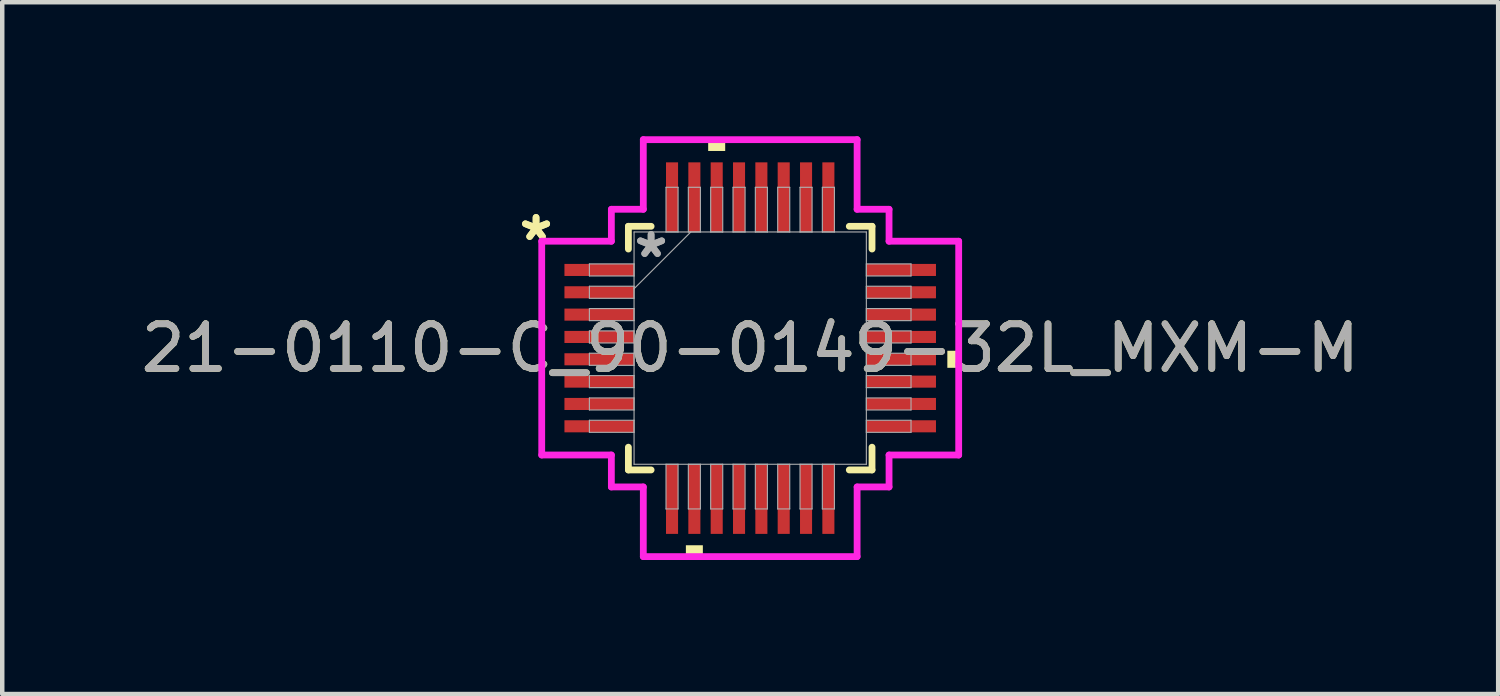
<source format=kicad_pcb>
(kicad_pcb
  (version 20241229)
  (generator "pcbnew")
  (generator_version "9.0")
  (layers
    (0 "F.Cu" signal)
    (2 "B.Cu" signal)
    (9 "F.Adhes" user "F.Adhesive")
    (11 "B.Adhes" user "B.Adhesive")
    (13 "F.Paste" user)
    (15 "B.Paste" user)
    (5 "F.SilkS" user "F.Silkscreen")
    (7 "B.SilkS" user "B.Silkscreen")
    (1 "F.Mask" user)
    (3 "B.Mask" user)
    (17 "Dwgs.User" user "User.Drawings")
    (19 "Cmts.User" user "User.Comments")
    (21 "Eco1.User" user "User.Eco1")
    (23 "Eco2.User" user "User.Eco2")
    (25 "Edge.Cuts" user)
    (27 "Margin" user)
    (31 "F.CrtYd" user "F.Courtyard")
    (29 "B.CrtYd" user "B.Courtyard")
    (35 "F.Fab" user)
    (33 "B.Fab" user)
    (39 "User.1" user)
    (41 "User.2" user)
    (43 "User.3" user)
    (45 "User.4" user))
  (footprint "21-0110-C_90-0149-32L_MXM-M"
    (layer "F.Cu")
    (at 13.744 4.743)
    (property "Reference" "21-0110-C_90-0149-32L_MXM-M" (at 0 0 0) (unlocked yes) (layer "F.SilkS") (effects (font (size 1 1) (thickness 0.15))))
    (attr smd)
    (fp_line (start -2.727 -2.727) (end -2.727 -2.218) (stroke (width 0.152) (type solid)) (layer "F.SilkS"))
    (fp_line (start -2.727 2.218) (end -2.727 2.727) (stroke (width 0.152) (type solid)) (layer "F.SilkS"))
    (fp_line (start -2.727 2.727) (end -2.218 2.727) (stroke (width 0.152) (type solid)) (layer "F.SilkS"))
    (fp_line (start -2.218 -2.727) (end -2.727 -2.727) (stroke (width 0.152) (type solid)) (layer "F.SilkS"))
    (fp_line (start 2.218 2.727) (end 2.727 2.727) (stroke (width 0.152) (type solid)) (layer "F.SilkS"))
    (fp_line (start 2.727 -2.727) (end 2.218 -2.727) (stroke (width 0.152) (type solid)) (layer "F.SilkS"))
    (fp_line (start 2.727 -2.218) (end 2.727 -2.727) (stroke (width 0.152) (type solid)) (layer "F.SilkS"))
    (fp_line (start 2.727 2.727) (end 2.727 2.218) (stroke (width 0.152) (type solid)) (layer "F.SilkS"))
    (fp_poly (pts (xy -1.44 4.413) (xy -1.44 4.667) (xy -1.06 4.667) (xy -1.06 4.413)) (stroke (width 0) (type solid)) (fill yes) (layer "F.SilkS"))
    (fp_poly (pts (xy -0.941 -4.413) (xy -0.941 -4.667) (xy -0.56 -4.667) (xy -0.56 -4.413)) (stroke (width 0) (type solid)) (fill yes) (layer "F.SilkS"))
    (fp_poly (pts (xy 4.667 0.059) (xy 4.667 0.441) (xy 4.413 0.441) (xy 4.413 0.059)) (stroke (width 0) (type solid)) (fill yes) (layer "F.SilkS"))
    (fp_line (start -4.667 -2.393) (end -3.108 -2.393) (stroke (width 0.152) (type solid)) (layer "F.CrtYd"))
    (fp_line (start -4.667 2.393) (end -4.667 -2.393) (stroke (width 0.152) (type solid)) (layer "F.CrtYd"))
    (fp_line (start -3.108 -3.108) (end -2.393 -3.108) (stroke (width 0.152) (type solid)) (layer "F.CrtYd"))
    (fp_line (start -3.108 -2.393) (end -3.108 -3.108) (stroke (width 0.152) (type solid)) (layer "F.CrtYd"))
    (fp_line (start -3.108 2.393) (end -4.667 2.393) (stroke (width 0.152) (type solid)) (layer "F.CrtYd"))
    (fp_line (start -3.108 3.108) (end -3.108 2.393) (stroke (width 0.152) (type solid)) (layer "F.CrtYd"))
    (fp_line (start -3.108 3.108) (end -2.393 3.108) (stroke (width 0.152) (type solid)) (layer "F.CrtYd"))
    (fp_line (start -2.393 -4.667) (end 2.393 -4.667) (stroke (width 0.152) (type solid)) (layer "F.CrtYd"))
    (fp_line (start -2.393 -3.108) (end -2.393 -4.667) (stroke (width 0.152) (type solid)) (layer "F.CrtYd"))
    (fp_line (start -2.393 3.108) (end -2.393 4.667) (stroke (width 0.152) (type solid)) (layer "F.CrtYd"))
    (fp_line (start -2.393 4.667) (end 2.393 4.667) (stroke (width 0.152) (type solid)) (layer "F.CrtYd"))
    (fp_line (start 2.393 -4.667) (end 2.393 -3.108) (stroke (width 0.152) (type solid)) (layer "F.CrtYd"))
    (fp_line (start 2.393 -3.108) (end 3.108 -3.108) (stroke (width 0.152) (type solid)) (layer "F.CrtYd"))
    (fp_line (start 2.393 3.108) (end 3.108 3.108) (stroke (width 0.152) (type solid)) (layer "F.CrtYd"))
    (fp_line (start 2.393 4.667) (end 2.393 3.108) (stroke (width 0.152) (type solid)) (layer "F.CrtYd"))
    (fp_line (start 3.108 -2.393) (end 3.108 -3.108) (stroke (width 0.152) (type solid)) (layer "F.CrtYd"))
    (fp_line (start 3.108 2.393) (end 4.667 2.393) (stroke (width 0.152) (type solid)) (layer "F.CrtYd"))
    (fp_line (start 3.108 3.108) (end 3.108 2.393) (stroke (width 0.152) (type solid)) (layer "F.CrtYd"))
    (fp_line (start 4.667 -2.393) (end 3.108 -2.393) (stroke (width 0.152) (type solid)) (layer "F.CrtYd"))
    (fp_line (start 4.667 2.393) (end 4.667 -2.393) (stroke (width 0.152) (type solid)) (layer "F.CrtYd"))
    (fp_line (start -3.6 -1.885) (end -3.6 -1.615) (stroke (width 0.025) (type solid)) (layer "F.Fab"))
    (fp_line (start -3.6 -1.615) (end -2.6 -1.615) (stroke (width 0.025) (type solid)) (layer "F.Fab"))
    (fp_line (start -3.6 -1.385) (end -3.6 -1.115) (stroke (width 0.025) (type solid)) (layer "F.Fab"))
    (fp_line (start -3.6 -1.115) (end -2.6 -1.115) (stroke (width 0.025) (type solid)) (layer "F.Fab"))
    (fp_line (start -3.6 -0.885) (end -3.6 -0.615) (stroke (width 0.025) (type solid)) (layer "F.Fab"))
    (fp_line (start -3.6 -0.615) (end -2.6 -0.615) (stroke (width 0.025) (type solid)) (layer "F.Fab"))
    (fp_line (start -3.6 -0.385) (end -3.6 -0.115) (stroke (width 0.025) (type solid)) (layer "F.Fab"))
    (fp_line (start -3.6 -0.115) (end -2.6 -0.115) (stroke (width 0.025) (type solid)) (layer "F.Fab"))
    (fp_line (start -3.6 0.115) (end -3.6 0.385) (stroke (width 0.025) (type solid)) (layer "F.Fab"))
    (fp_line (start -3.6 0.385) (end -2.6 0.385) (stroke (width 0.025) (type solid)) (layer "F.Fab"))
    (fp_line (start -3.6 0.615) (end -3.6 0.885) (stroke (width 0.025) (type solid)) (layer "F.Fab"))
    (fp_line (start -3.6 0.885) (end -2.6 0.885) (stroke (width 0.025) (type solid)) (layer "F.Fab"))
    (fp_line (start -3.6 1.115) (end -3.6 1.385) (stroke (width 0.025) (type solid)) (layer "F.Fab"))
    (fp_line (start -3.6 1.385) (end -2.6 1.385) (stroke (width 0.025) (type solid)) (layer "F.Fab"))
    (fp_line (start -3.6 1.615) (end -3.6 1.885) (stroke (width 0.025) (type solid)) (layer "F.Fab"))
    (fp_line (start -3.6 1.885) (end -2.6 1.885) (stroke (width 0.025) (type solid)) (layer "F.Fab"))
    (fp_line (start -2.6 -2.6) (end -2.6 2.6) (stroke (width 0.025) (type solid)) (layer "F.Fab"))
    (fp_line (start -2.6 -1.885) (end -3.6 -1.885) (stroke (width 0.025) (type solid)) (layer "F.Fab"))
    (fp_line (start -2.6 -1.615) (end -2.6 -1.885) (stroke (width 0.025) (type solid)) (layer "F.Fab"))
    (fp_line (start -2.6 -1.385) (end -3.6 -1.385) (stroke (width 0.025) (type solid)) (layer "F.Fab"))
    (fp_line (start -2.6 -1.33) (end -1.33 -2.6) (stroke (width 0.025) (type solid)) (layer "F.Fab"))
    (fp_line (start -2.6 -1.115) (end -2.6 -1.385) (stroke (width 0.025) (type solid)) (layer "F.Fab"))
    (fp_line (start -2.6 -0.885) (end -3.6 -0.885) (stroke (width 0.025) (type solid)) (layer "F.Fab"))
    (fp_line (start -2.6 -0.615) (end -2.6 -0.885) (stroke (width 0.025) (type solid)) (layer "F.Fab"))
    (fp_line (start -2.6 -0.385) (end -3.6 -0.385) (stroke (width 0.025) (type solid)) (layer "F.Fab"))
    (fp_line (start -2.6 -0.115) (end -2.6 -0.385) (stroke (width 0.025) (type solid)) (layer "F.Fab"))
    (fp_line (start -2.6 0.115) (end -3.6 0.115) (stroke (width 0.025) (type solid)) (layer "F.Fab"))
    (fp_line (start -2.6 0.385) (end -2.6 0.115) (stroke (width 0.025) (type solid)) (layer "F.Fab"))
    (fp_line (start -2.6 0.615) (end -3.6 0.615) (stroke (width 0.025) (type solid)) (layer "F.Fab"))
    (fp_line (start -2.6 0.885) (end -2.6 0.615) (stroke (width 0.025) (type solid)) (layer "F.Fab"))
    (fp_line (start -2.6 1.115) (end -3.6 1.115) (stroke (width 0.025) (type solid)) (layer "F.Fab"))
    (fp_line (start -2.6 1.385) (end -2.6 1.115) (stroke (width 0.025) (type solid)) (layer "F.Fab"))
    (fp_line (start -2.6 1.615) (end -3.6 1.615) (stroke (width 0.025) (type solid)) (layer "F.Fab"))
    (fp_line (start -2.6 1.885) (end -2.6 1.615) (stroke (width 0.025) (type solid)) (layer "F.Fab"))
    (fp_line (start -2.6 2.6) (end 2.6 2.6) (stroke (width 0.025) (type solid)) (layer "F.Fab"))
    (fp_line (start -1.885 -3.6) (end -1.885 -2.6) (stroke (width 0.025) (type solid)) (layer "F.Fab"))
    (fp_line (start -1.885 -2.6) (end -1.615 -2.6) (stroke (width 0.025) (type solid)) (layer "F.Fab"))
    (fp_line (start -1.885 2.6) (end -1.885 3.6) (stroke (width 0.025) (type solid)) (layer "F.Fab"))
    (fp_line (start -1.885 3.6) (end -1.615 3.6) (stroke (width 0.025) (type solid)) (layer "F.Fab"))
    (fp_line (start -1.615 -3.6) (end -1.885 -3.6) (stroke (width 0.025) (type solid)) (layer "F.Fab"))
    (fp_line (start -1.615 -2.6) (end -1.615 -3.6) (stroke (width 0.025) (type solid)) (layer "F.Fab"))
    (fp_line (start -1.615 2.6) (end -1.885 2.6) (stroke (width 0.025) (type solid)) (layer "F.Fab"))
    (fp_line (start -1.615 3.6) (end -1.615 2.6) (stroke (width 0.025) (type solid)) (layer "F.Fab"))
    (fp_line (start -1.385 -3.6) (end -1.385 -2.6) (stroke (width 0.025) (type solid)) (layer "F.Fab"))
    (fp_line (start -1.385 -2.6) (end -1.115 -2.6) (stroke (width 0.025) (type solid)) (layer "F.Fab"))
    (fp_line (start -1.385 2.6) (end -1.385 3.6) (stroke (width 0.025) (type solid)) (layer "F.Fab"))
    (fp_line (start -1.385 3.6) (end -1.115 3.6) (stroke (width 0.025) (type solid)) (layer "F.Fab"))
    (fp_line (start -1.115 -3.6) (end -1.385 -3.6) (stroke (width 0.025) (type solid)) (layer "F.Fab"))
    (fp_line (start -1.115 -2.6) (end -1.115 -3.6) (stroke (width 0.025) (type solid)) (layer "F.Fab"))
    (fp_line (start -1.115 2.6) (end -1.385 2.6) (stroke (width 0.025) (type solid)) (layer "F.Fab"))
    (fp_line (start -1.115 3.6) (end -1.115 2.6) (stroke (width 0.025) (type solid)) (layer "F.Fab"))
    (fp_line (start -0.885 -3.6) (end -0.885 -2.6) (stroke (width 0.025) (type solid)) (layer "F.Fab"))
    (fp_line (start -0.885 -2.6) (end -0.615 -2.6) (stroke (width 0.025) (type solid)) (layer "F.Fab"))
    (fp_line (start -0.885 2.6) (end -0.885 3.6) (stroke (width 0.025) (type solid)) (layer "F.Fab"))
    (fp_line (start -0.885 3.6) (end -0.615 3.6) (stroke (width 0.025) (type solid)) (layer "F.Fab"))
    (fp_line (start -0.615 -3.6) (end -0.885 -3.6) (stroke (width 0.025) (type solid)) (layer "F.Fab"))
    (fp_line (start -0.615 -2.6) (end -0.615 -3.6) (stroke (width 0.025) (type solid)) (layer "F.Fab"))
    (fp_line (start -0.615 2.6) (end -0.885 2.6) (stroke (width 0.025) (type solid)) (layer "F.Fab"))
    (fp_line (start -0.615 3.6) (end -0.615 2.6) (stroke (width 0.025) (type solid)) (layer "F.Fab"))
    (fp_line (start -0.385 -3.6) (end -0.385 -2.6) (stroke (width 0.025) (type solid)) (layer "F.Fab"))
    (fp_line (start -0.385 -2.6) (end -0.115 -2.6) (stroke (width 0.025) (type solid)) (layer "F.Fab"))
    (fp_line (start -0.385 2.6) (end -0.385 3.6) (stroke (width 0.025) (type solid)) (layer "F.Fab"))
    (fp_line (start -0.385 3.6) (end -0.115 3.6) (stroke (width 0.025) (type solid)) (layer "F.Fab"))
    (fp_line (start -0.115 -3.6) (end -0.385 -3.6) (stroke (width 0.025) (type solid)) (layer "F.Fab"))
    (fp_line (start -0.115 -2.6) (end -0.115 -3.6) (stroke (width 0.025) (type solid)) (layer "F.Fab"))
    (fp_line (start -0.115 2.6) (end -0.385 2.6) (stroke (width 0.025) (type solid)) (layer "F.Fab"))
    (fp_line (start -0.115 3.6) (end -0.115 2.6) (stroke (width 0.025) (type solid)) (layer "F.Fab"))
    (fp_line (start 0.115 -3.6) (end 0.115 -2.6) (stroke (width 0.025) (type solid)) (layer "F.Fab"))
    (fp_line (start 0.115 -2.6) (end 0.385 -2.6) (stroke (width 0.025) (type solid)) (layer "F.Fab"))
    (fp_line (start 0.115 2.6) (end 0.115 3.6) (stroke (width 0.025) (type solid)) (layer "F.Fab"))
    (fp_line (start 0.115 3.6) (end 0.385 3.6) (stroke (width 0.025) (type solid)) (layer "F.Fab"))
    (fp_line (start 0.385 -3.6) (end 0.115 -3.6) (stroke (width 0.025) (type solid)) (layer "F.Fab"))
    (fp_line (start 0.385 -2.6) (end 0.385 -3.6) (stroke (width 0.025) (type solid)) (layer "F.Fab"))
    (fp_line (start 0.385 2.6) (end 0.115 2.6) (stroke (width 0.025) (type solid)) (layer "F.Fab"))
    (fp_line (start 0.385 3.6) (end 0.385 2.6) (stroke (width 0.025) (type solid)) (layer "F.Fab"))
    (fp_line (start 0.615 -3.6) (end 0.615 -2.6) (stroke (width 0.025) (type solid)) (layer "F.Fab"))
    (fp_line (start 0.615 -2.6) (end 0.885 -2.6) (stroke (width 0.025) (type solid)) (layer "F.Fab"))
    (fp_line (start 0.615 2.6) (end 0.615 3.6) (stroke (width 0.025) (type solid)) (layer "F.Fab"))
    (fp_line (start 0.615 3.6) (end 0.885 3.6) (stroke (width 0.025) (type solid)) (layer "F.Fab"))
    (fp_line (start 0.885 -3.6) (end 0.615 -3.6) (stroke (width 0.025) (type solid)) (layer "F.Fab"))
    (fp_line (start 0.885 -2.6) (end 0.885 -3.6) (stroke (width 0.025) (type solid)) (layer "F.Fab"))
    (fp_line (start 0.885 2.6) (end 0.615 2.6) (stroke (width 0.025) (type solid)) (layer "F.Fab"))
    (fp_line (start 0.885 3.6) (end 0.885 2.6) (stroke (width 0.025) (type solid)) (layer "F.Fab"))
    (fp_line (start 1.115 -3.6) (end 1.115 -2.6) (stroke (width 0.025) (type solid)) (layer "F.Fab"))
    (fp_line (start 1.115 -2.6) (end 1.385 -2.6) (stroke (width 0.025) (type solid)) (layer "F.Fab"))
    (fp_line (start 1.115 2.6) (end 1.115 3.6) (stroke (width 0.025) (type solid)) (layer "F.Fab"))
    (fp_line (start 1.115 3.6) (end 1.385 3.6) (stroke (width 0.025) (type solid)) (layer "F.Fab"))
    (fp_line (start 1.385 -3.6) (end 1.115 -3.6) (stroke (width 0.025) (type solid)) (layer "F.Fab"))
    (fp_line (start 1.385 -2.6) (end 1.385 -3.6) (stroke (width 0.025) (type solid)) (layer "F.Fab"))
    (fp_line (start 1.385 2.6) (end 1.115 2.6) (stroke (width 0.025) (type solid)) (layer "F.Fab"))
    (fp_line (start 1.385 3.6) (end 1.385 2.6) (stroke (width 0.025) (type solid)) (layer "F.Fab"))
    (fp_line (start 1.615 -3.6) (end 1.615 -2.6) (stroke (width 0.025) (type solid)) (layer "F.Fab"))
    (fp_line (start 1.615 -2.6) (end 1.885 -2.6) (stroke (width 0.025) (type solid)) (layer "F.Fab"))
    (fp_line (start 1.615 2.6) (end 1.615 3.6) (stroke (width 0.025) (type solid)) (layer "F.Fab"))
    (fp_line (start 1.615 3.6) (end 1.885 3.6) (stroke (width 0.025) (type solid)) (layer "F.Fab"))
    (fp_line (start 1.885 -3.6) (end 1.615 -3.6) (stroke (width 0.025) (type solid)) (layer "F.Fab"))
    (fp_line (start 1.885 -2.6) (end 1.885 -3.6) (stroke (width 0.025) (type solid)) (layer "F.Fab"))
    (fp_line (start 1.885 2.6) (end 1.615 2.6) (stroke (width 0.025) (type solid)) (layer "F.Fab"))
    (fp_line (start 1.885 3.6) (end 1.885 2.6) (stroke (width 0.025) (type solid)) (layer "F.Fab"))
    (fp_line (start 2.6 -2.6) (end -2.6 -2.6) (stroke (width 0.025) (type solid)) (layer "F.Fab"))
    (fp_line (start 2.6 -1.885) (end 2.6 -1.615) (stroke (width 0.025) (type solid)) (layer "F.Fab"))
    (fp_line (start 2.6 -1.615) (end 3.6 -1.615) (stroke (width 0.025) (type solid)) (layer "F.Fab"))
    (fp_line (start 2.6 -1.385) (end 2.6 -1.115) (stroke (width 0.025) (type solid)) (layer "F.Fab"))
    (fp_line (start 2.6 -1.115) (end 3.6 -1.115) (stroke (width 0.025) (type solid)) (layer "F.Fab"))
    (fp_line (start 2.6 -0.885) (end 2.6 -0.615) (stroke (width 0.025) (type solid)) (layer "F.Fab"))
    (fp_line (start 2.6 -0.615) (end 3.6 -0.615) (stroke (width 0.025) (type solid)) (layer "F.Fab"))
    (fp_line (start 2.6 -0.385) (end 2.6 -0.115) (stroke (width 0.025) (type solid)) (layer "F.Fab"))
    (fp_line (start 2.6 -0.115) (end 3.6 -0.115) (stroke (width 0.025) (type solid)) (layer "F.Fab"))
    (fp_line (start 2.6 0.115) (end 2.6 0.385) (stroke (width 0.025) (type solid)) (layer "F.Fab"))
    (fp_line (start 2.6 0.385) (end 3.6 0.385) (stroke (width 0.025) (type solid)) (layer "F.Fab"))
    (fp_line (start 2.6 0.615) (end 2.6 0.885) (stroke (width 0.025) (type solid)) (layer "F.Fab"))
    (fp_line (start 2.6 0.885) (end 3.6 0.885) (stroke (width 0.025) (type solid)) (layer "F.Fab"))
    (fp_line (start 2.6 1.115) (end 2.6 1.385) (stroke (width 0.025) (type solid)) (layer "F.Fab"))
    (fp_line (start 2.6 1.385) (end 3.6 1.385) (stroke (width 0.025) (type solid)) (layer "F.Fab"))
    (fp_line (start 2.6 1.615) (end 2.6 1.885) (stroke (width 0.025) (type solid)) (layer "F.Fab"))
    (fp_line (start 2.6 1.885) (end 3.6 1.885) (stroke (width 0.025) (type solid)) (layer "F.Fab"))
    (fp_line (start 2.6 2.6) (end 2.6 -2.6) (stroke (width 0.025) (type solid)) (layer "F.Fab"))
    (fp_line (start 3.6 -1.885) (end 2.6 -1.885) (stroke (width 0.025) (type solid)) (layer "F.Fab"))
    (fp_line (start 3.6 -1.615) (end 3.6 -1.885) (stroke (width 0.025) (type solid)) (layer "F.Fab"))
    (fp_line (start 3.6 -1.385) (end 2.6 -1.385) (stroke (width 0.025) (type solid)) (layer "F.Fab"))
    (fp_line (start 3.6 -1.115) (end 3.6 -1.385) (stroke (width 0.025) (type solid)) (layer "F.Fab"))
    (fp_line (start 3.6 -0.885) (end 2.6 -0.885) (stroke (width 0.025) (type solid)) (layer "F.Fab"))
    (fp_line (start 3.6 -0.615) (end 3.6 -0.885) (stroke (width 0.025) (type solid)) (layer "F.Fab"))
    (fp_line (start 3.6 -0.385) (end 2.6 -0.385) (stroke (width 0.025) (type solid)) (layer "F.Fab"))
    (fp_line (start 3.6 -0.115) (end 3.6 -0.385) (stroke (width 0.025) (type solid)) (layer "F.Fab"))
    (fp_line (start 3.6 0.115) (end 2.6 0.115) (stroke (width 0.025) (type solid)) (layer "F.Fab"))
    (fp_line (start 3.6 0.385) (end 3.6 0.115) (stroke (width 0.025) (type solid)) (layer "F.Fab"))
    (fp_line (start 3.6 0.615) (end 2.6 0.615) (stroke (width 0.025) (type solid)) (layer "F.Fab"))
    (fp_line (start 3.6 0.885) (end 3.6 0.615) (stroke (width 0.025) (type solid)) (layer "F.Fab"))
    (fp_line (start 3.6 1.115) (end 2.6 1.115) (stroke (width 0.025) (type solid)) (layer "F.Fab"))
    (fp_line (start 3.6 1.385) (end 3.6 1.115) (stroke (width 0.025) (type solid)) (layer "F.Fab"))
    (fp_line (start 3.6 1.615) (end 2.6 1.615) (stroke (width 0.025) (type solid)) (layer "F.Fab"))
    (fp_line (start 3.6 1.885) (end 3.6 1.615) (stroke (width 0.025) (type solid)) (layer "F.Fab"))
    (fp_text user "*" (at -4.794 -2.381 0) (layer "F.SilkS") (effects (font (size 1 1) (thickness 0.15))))
    (fp_text user "*" (at -4.794 -2.381 0) (unlocked yes) (layer "F.SilkS") (effects (font (size 1 1) (thickness 0.15))))
    (fp_text user "*" (at -2.219 -2 0) (layer "F.Fab") (effects (font (size 1 1) (thickness 0.15))))
    (fp_text user "*" (at -2.219 -2 0) (unlocked yes) (layer "F.Fab") (effects (font (size 1 1) (thickness 0.15))))
    (fp_text user "${REFERENCE}" (at 0 0 0) (unlocked yes) (layer "F.Fab") (effects (font (size 1 1) (thickness 0.15))))
    (pad "1" smd rect (at -3.379 -1.75 90) (size 0.27 1.559) (layers "F.Cu" "F.Mask" "F.Paste"))
    (pad "2" smd rect (at -3.379 -1.25 90) (size 0.27 1.559) (layers "F.Cu" "F.Mask" "F.Paste"))
    (pad "3" smd rect (at -3.379 -0.75 90) (size 0.27 1.559) (layers "F.Cu" "F.Mask" "F.Paste"))
    (pad "4" smd rect (at -3.379 -0.25 90) (size 0.27 1.559) (layers "F.Cu" "F.Mask" "F.Paste"))
    (pad "5" smd rect (at -3.379 0.25 90) (size 0.27 1.559) (layers "F.Cu" "F.Mask" "F.Paste"))
    (pad "6" smd rect (at -3.379 0.75 90) (size 0.27 1.559) (layers "F.Cu" "F.Mask" "F.Paste"))
    (pad "7" smd rect (at -3.379 1.25 90) (size 0.27 1.559) (layers "F.Cu" "F.Mask" "F.Paste"))
    (pad "8" smd rect (at -3.379 1.75 90) (size 0.27 1.559) (layers "F.Cu" "F.Mask" "F.Paste"))
    (pad "9" smd rect (at -1.75 3.379) (size 0.27 1.559) (layers "F.Cu" "F.Mask" "F.Paste"))
    (pad "10" smd rect (at -1.25 3.379) (size 0.27 1.559) (layers "F.Cu" "F.Mask" "F.Paste"))
    (pad "11" smd rect (at -0.75 3.379) (size 0.27 1.559) (layers "F.Cu" "F.Mask" "F.Paste"))
    (pad "12" smd rect (at -0.25 3.379) (size 0.27 1.559) (layers "F.Cu" "F.Mask" "F.Paste"))
    (pad "13" smd rect (at 0.25 3.379) (size 0.27 1.559) (layers "F.Cu" "F.Mask" "F.Paste"))
    (pad "14" smd rect (at 0.75 3.379) (size 0.27 1.559) (layers "F.Cu" "F.Mask" "F.Paste"))
    (pad "15" smd rect (at 1.25 3.379) (size 0.27 1.559) (layers "F.Cu" "F.Mask" "F.Paste"))
    (pad "16" smd rect (at 1.75 3.379) (size 0.27 1.559) (layers "F.Cu" "F.Mask" "F.Paste"))
    (pad "17" smd rect (at 3.379 1.75 90) (size 0.27 1.559) (layers "F.Cu" "F.Mask" "F.Paste"))
    (pad "18" smd rect (at 3.379 1.25 90) (size 0.27 1.559) (layers "F.Cu" "F.Mask" "F.Paste"))
    (pad "19" smd rect (at 3.379 0.75 90) (size 0.27 1.559) (layers "F.Cu" "F.Mask" "F.Paste"))
    (pad "20" smd rect (at 3.379 0.25 90) (size 0.27 1.559) (layers "F.Cu" "F.Mask" "F.Paste"))
    (pad "21" smd rect (at 3.379 -0.25 90) (size 0.27 1.559) (layers "F.Cu" "F.Mask" "F.Paste"))
    (pad "22" smd rect (at 3.379 -0.75 90) (size 0.27 1.559) (layers "F.Cu" "F.Mask" "F.Paste"))
    (pad "23" smd rect (at 3.379 -1.25 90) (size 0.27 1.559) (layers "F.Cu" "F.Mask" "F.Paste"))
    (pad "24" smd rect (at 3.379 -1.75 90) (size 0.27 1.559) (layers "F.Cu" "F.Mask" "F.Paste"))
    (pad "25" smd rect (at 1.75 -3.379) (size 0.27 1.559) (layers "F.Cu" "F.Mask" "F.Paste"))
    (pad "26" smd rect (at 1.25 -3.379) (size 0.27 1.559) (layers "F.Cu" "F.Mask" "F.Paste"))
    (pad "27" smd rect (at 0.75 -3.379) (size 0.27 1.559) (layers "F.Cu" "F.Mask" "F.Paste"))
    (pad "28" smd rect (at 0.25 -3.379) (size 0.27 1.559) (layers "F.Cu" "F.Mask" "F.Paste"))
    (pad "29" smd rect (at -0.25 -3.379) (size 0.27 1.559) (layers "F.Cu" "F.Mask" "F.Paste"))
    (pad "30" smd rect (at -0.75 -3.379) (size 0.27 1.559) (layers "F.Cu" "F.Mask" "F.Paste"))
    (pad "31" smd rect (at -1.25 -3.379) (size 0.27 1.559) (layers "F.Cu" "F.Mask" "F.Paste"))
    (pad "32" smd rect (at -1.75 -3.379) (size 0.27 1.559) (layers "F.Cu" "F.Mask" "F.Paste")))
  (gr_rect
    (start -3 -3)
    (end 30.488 12.486)
    (stroke (width 0.1) (type default))
    (fill no)
    (layer "Edge.Cuts")))
</source>
